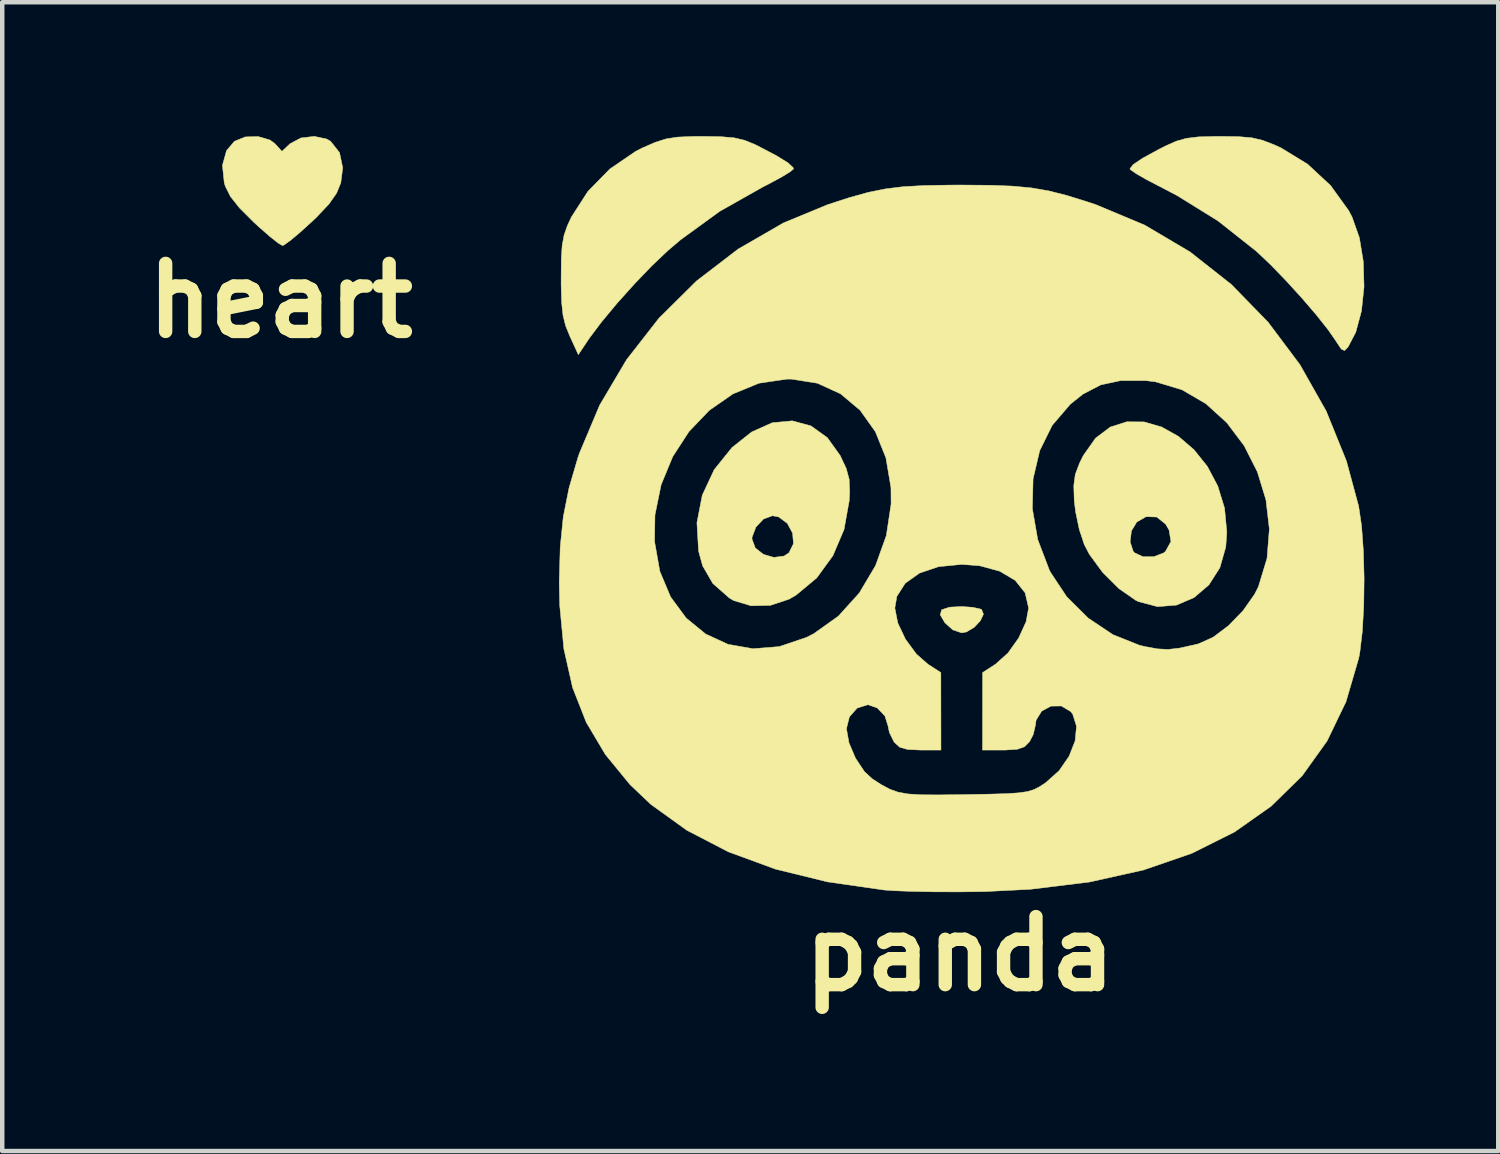
<source format=kicad_pcb>
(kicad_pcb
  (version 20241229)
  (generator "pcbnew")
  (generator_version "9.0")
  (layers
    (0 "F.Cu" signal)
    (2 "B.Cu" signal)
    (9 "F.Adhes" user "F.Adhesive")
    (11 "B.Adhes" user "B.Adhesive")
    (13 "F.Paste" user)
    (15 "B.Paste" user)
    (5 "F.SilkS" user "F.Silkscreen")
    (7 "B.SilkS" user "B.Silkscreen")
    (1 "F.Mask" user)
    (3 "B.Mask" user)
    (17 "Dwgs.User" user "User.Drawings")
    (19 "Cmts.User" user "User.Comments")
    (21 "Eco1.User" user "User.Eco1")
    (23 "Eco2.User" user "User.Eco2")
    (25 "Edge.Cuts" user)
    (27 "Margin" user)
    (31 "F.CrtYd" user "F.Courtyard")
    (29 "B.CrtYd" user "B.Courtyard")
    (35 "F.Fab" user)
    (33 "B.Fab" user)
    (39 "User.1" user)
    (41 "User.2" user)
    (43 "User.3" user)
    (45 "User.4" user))
  (footprint "panda"
    (layer "F.Cu")
    (at 18.453 8.419)
    (property "Reference" "panda" (at 0 9.9 0) (layer "F.SilkS") (effects (font (size 1.524 1.524) (thickness 0.3))))
    (attr through_hole)
    (fp_poly (pts (xy 0.287 2.136) (xy 0.465 2.176) (xy 0.489 2.188) (xy 0.529 2.291) (xy 0.46 2.438) (xy 0.322 2.585) (xy 0.152 2.687) (xy 0.042 2.709) (xy -0.158 2.641) (xy -0.335 2.483) (xy -0.439 2.305) (xy -0.408 2.192) (xy -0.231 2.133) (xy 0.042 2.119) (xy 0.287 2.136)) (stroke (width 0.01) (type solid)) (fill yes) (layer "F.SilkS"))
    (fp_poly (pts (xy 6.244 -8.408) (xy 6.538 -8.383) (xy 6.782 -8.326) (xy 7.037 -8.228) (xy 7.197 -8.155) (xy 7.788 -7.794) (xy 8.306 -7.313) (xy 8.709 -6.754) (xy 8.787 -6.607) (xy 8.951 -6.144) (xy 9.039 -5.608) (xy 9.055 -5.045) (xy 8.998 -4.502) (xy 8.87 -4.026) (xy 8.696 -3.693) (xy 8.618 -3.615) (xy 8.545 -3.649) (xy 8.435 -3.814) (xy 8.433 -3.819) (xy 8.255 -4.076) (xy 7.987 -4.414) (xy 7.66 -4.795) (xy 7.307 -5.182) (xy 6.96 -5.541) (xy 6.651 -5.833) (xy 6.637 -5.845) (xy 5.785 -6.519) (xy 4.869 -7.087) (xy 4.489 -7.286) (xy 4.188 -7.442) (xy 3.956 -7.575) (xy 3.826 -7.665) (xy 3.81 -7.686) (xy 3.881 -7.781) (xy 4.098 -7.927) (xy 4.467 -8.128) (xy 4.614 -8.202) (xy 4.848 -8.306) (xy 5.074 -8.37) (xy 5.347 -8.403) (xy 5.721 -8.413) (xy 5.842 -8.414) (xy 6.244 -8.408)) (stroke (width 0.01) (type solid)) (fill yes) (layer "F.SilkS"))
    (fp_poly (pts (xy -5.348 -8.407) (xy -5.054 -8.381) (xy -4.821 -8.326) (xy -4.594 -8.234) (xy -4.53 -8.202) (xy -4.113 -7.984) (xy -3.849 -7.821) (xy -3.732 -7.711) (xy -3.725 -7.686) (xy -3.796 -7.624) (xy -3.985 -7.508) (xy -4.258 -7.36) (xy -4.404 -7.286) (xy -5.379 -6.735) (xy -6.259 -6.095) (xy -6.541 -5.855) (xy -6.892 -5.523) (xy -7.284 -5.115) (xy -7.677 -4.677) (xy -8.029 -4.254) (xy -8.3 -3.893) (xy -8.324 -3.857) (xy -8.547 -3.524) (xy -8.739 -3.942) (xy -8.831 -4.169) (xy -8.889 -4.401) (xy -8.92 -4.686) (xy -8.932 -5.074) (xy -8.932 -5.249) (xy -8.928 -5.669) (xy -8.909 -5.97) (xy -8.866 -6.201) (xy -8.792 -6.413) (xy -8.702 -6.607) (xy -8.334 -7.179) (xy -7.841 -7.683) (xy -7.264 -8.078) (xy -7.112 -8.155) (xy -6.827 -8.28) (xy -6.584 -8.357) (xy -6.325 -8.398) (xy -5.987 -8.412) (xy -5.757 -8.414) (xy -5.348 -8.407)) (stroke (width 0.01) (type solid)) (fill yes) (layer "F.SilkS"))
    (fp_poly (pts (xy -3.335 -1.928) (xy -2.968 -1.664) (xy -2.681 -1.264) (xy -2.546 -0.977) (xy -2.48 -0.735) (xy -2.468 -0.456) (xy -2.478 -0.253) (xy -2.594 0.393) (xy -2.843 0.979) (xy -3.207 1.479) (xy -3.67 1.864) (xy -3.828 1.955) (xy -4.246 2.093) (xy -4.678 2.102) (xy -5.069 1.984) (xy -5.166 1.926) (xy -5.534 1.602) (xy -5.762 1.208) (xy -5.853 0.878) (xy -5.869 0.605) (xy -4.657 0.605) (xy -4.583 0.806) (xy -4.401 0.95) (xy -4.167 1.018) (xy -3.937 0.988) (xy -3.827 0.914) (xy -3.727 0.711) (xy -3.747 0.474) (xy -3.865 0.256) (xy -4.056 0.113) (xy -4.199 0.085) (xy -4.398 0.158) (xy -4.568 0.338) (xy -4.654 0.563) (xy -4.657 0.605) (xy -5.869 0.605) (xy -5.89 0.241) (xy -5.77 -0.376) (xy -5.503 -0.947) (xy -5.103 -1.444) (xy -4.663 -1.792) (xy -4.204 -1.998) (xy -3.754 -2.041) (xy -3.335 -1.928)) (stroke (width 0.01) (type solid)) (fill yes) (layer "F.SilkS"))
    (fp_poly (pts (xy 4.128 -2.017) (xy 4.52 -1.904) (xy 4.898 -1.693) (xy 5.245 -1.395) (xy 5.545 -1.021) (xy 5.778 -0.581) (xy 5.93 -0.087) (xy 5.981 0.45) (xy 5.958 0.784) (xy 5.825 1.251) (xy 5.579 1.635) (xy 5.246 1.919) (xy 4.854 2.087) (xy 4.43 2.122) (xy 4.003 2.009) (xy 3.937 1.977) (xy 3.562 1.716) (xy 3.198 1.353) (xy 2.902 0.949) (xy 2.787 0.728) (xy 2.768 0.67) (xy 3.815 0.67) (xy 3.884 0.882) (xy 3.912 0.914) (xy 4.101 1.002) (xy 4.348 1.002) (xy 4.567 0.917) (xy 4.608 0.883) (xy 4.73 0.662) (xy 4.687 0.406) (xy 4.61 0.273) (xy 4.412 0.114) (xy 4.173 0.106) (xy 3.965 0.225) (xy 3.844 0.424) (xy 3.815 0.67) (xy 2.768 0.67) (xy 2.677 0.396) (xy 2.594 0.001) (xy 2.563 -0.254) (xy 2.553 -0.59) (xy 2.586 -0.841) (xy 2.681 -1.093) (xy 2.766 -1.264) (xy 3.042 -1.655) (xy 3.372 -1.903) (xy 3.74 -2.02) (xy 4.128 -2.017)) (stroke (width 0.01) (type solid)) (fill yes) (layer "F.SilkS"))
    (fp_poly (pts (xy 0.672 -7.319) (xy 1.177 -7.3) (xy 1.602 -7.26) (xy 1.992 -7.193) (xy 2.392 -7.092) (xy 2.846 -6.951) (xy 3.048 -6.884) (xy 4.142 -6.426) (xy 5.157 -5.826) (xy 6.083 -5.096) (xy 6.907 -4.25) (xy 7.619 -3.3) (xy 8.208 -2.259) (xy 8.661 -1.141) (xy 8.935 -0.127) (xy 9 0.313) (xy 9.04 0.866) (xy 9.057 1.48) (xy 9.049 2.101) (xy 9.017 2.676) (xy 8.96 3.153) (xy 8.937 3.275) (xy 8.651 4.252) (xy 8.228 5.131) (xy 7.669 5.911) (xy 6.976 6.591) (xy 6.152 7.171) (xy 5.198 7.648) (xy 4.116 8.021) (xy 2.909 8.29) (xy 1.577 8.454) (xy 0.554 8.505) (xy -0.002 8.512) (xy -0.558 8.511) (xy -1.068 8.501) (xy -1.487 8.485) (xy -1.693 8.47) (xy -2.963 8.288) (xy -4.13 8.002) (xy -5.185 7.615) (xy -6.119 7.13) (xy -6.923 6.551) (xy -7.389 6.108) (xy -7.942 5.433) (xy -8.285 4.855) (xy -2.54 4.855) (xy -2.484 5.171) (xy -2.338 5.515) (xy -2.139 5.815) (xy -1.964 5.978) (xy -1.753 6.113) (xy -1.57 6.211) (xy -1.385 6.277) (xy -1.165 6.317) (xy -0.877 6.336) (xy -0.49 6.339) (xy 0.029 6.333) (xy 0.127 6.331) (xy 0.653 6.322) (xy 1.039 6.311) (xy 1.315 6.293) (xy 1.51 6.265) (xy 1.655 6.222) (xy 1.78 6.159) (xy 1.913 6.073) (xy 1.923 6.066) (xy 2.224 5.797) (xy 2.448 5.472) (xy 2.583 5.127) (xy 2.614 4.801) (xy 2.529 4.531) (xy 2.485 4.473) (xy 2.275 4.347) (xy 2.041 4.35) (xy 1.834 4.462) (xy 1.709 4.663) (xy 1.693 4.778) (xy 1.645 4.985) (xy 1.562 5.146) (xy 1.45 5.26) (xy 1.287 5.317) (xy 1.019 5.334) (xy 0.969 5.334) (xy 0.508 5.334) (xy 0.51 3.598) (xy 0.8 3.41) (xy 1.078 3.161) (xy 1.318 2.824) (xy 1.484 2.46) (xy 1.541 2.152) (xy 1.463 1.813) (xy 1.241 1.534) (xy 0.894 1.328) (xy 0.442 1.205) (xy 0.042 1.175) (xy -0.477 1.226) (xy -0.905 1.371) (xy -1.223 1.597) (xy -1.411 1.891) (xy -1.456 2.152) (xy -1.391 2.486) (xy -1.218 2.851) (xy -0.974 3.183) (xy -0.716 3.41) (xy -0.425 3.598) (xy -0.423 5.334) (xy -0.884 5.334) (xy -1.172 5.321) (xy -1.347 5.271) (xy -1.462 5.166) (xy -1.477 5.146) (xy -1.578 4.942) (xy -1.609 4.793) (xy -1.679 4.571) (xy -1.848 4.392) (xy -2.059 4.318) (xy -2.06 4.318) (xy -2.3 4.394) (xy -2.474 4.59) (xy -2.54 4.855) (xy -8.285 4.855) (xy -8.368 4.717) (xy -8.675 3.936) (xy -8.871 3.068) (xy -8.964 2.091) (xy -8.975 1.582) (xy -8.953 0.795) (xy -8.94 0.662) (xy -6.839 0.662) (xy -6.721 1.33) (xy -6.479 1.905) (xy -6.131 2.377) (xy -5.695 2.734) (xy -5.191 2.966) (xy -4.634 3.064) (xy -4.044 3.016) (xy -3.438 2.811) (xy -3.277 2.73) (xy -2.721 2.334) (xy -2.253 1.816) (xy -1.889 1.204) (xy -1.647 0.53) (xy -1.556 -0.071) (xy 1.625 -0.071) (xy 1.745 0.618) (xy 2.004 1.298) (xy 2.031 1.352) (xy 2.396 1.902) (xy 2.875 2.378) (xy 3.43 2.749) (xy 4.024 2.986) (xy 4.146 3.016) (xy 4.429 3.067) (xy 4.664 3.08) (xy 4.917 3.051) (xy 5.252 2.977) (xy 5.347 2.954) (xy 5.674 2.807) (xy 6.021 2.546) (xy 6.346 2.21) (xy 6.604 1.843) (xy 6.689 1.675) (xy 6.882 1.039) (xy 6.934 0.384) (xy 6.858 -0.27) (xy 6.665 -0.9) (xy 6.369 -1.484) (xy 5.981 -1.999) (xy 5.513 -2.424) (xy 4.977 -2.737) (xy 4.385 -2.915) (xy 4.157 -2.943) (xy 3.608 -2.943) (xy 3.158 -2.847) (xy 2.757 -2.639) (xy 2.475 -2.414) (xy 2.069 -1.94) (xy 1.79 -1.374) (xy 1.641 -0.743) (xy 1.625 -0.071) (xy -1.556 -0.071) (xy -1.54 -0.177) (xy -1.543 -0.544) (xy -1.656 -1.212) (xy -1.891 -1.796) (xy -2.234 -2.278) (xy -2.672 -2.646) (xy -3.189 -2.883) (xy -3.772 -2.976) (xy -3.874 -2.976) (xy -4.499 -2.884) (xy -5.084 -2.644) (xy -5.612 -2.277) (xy -6.067 -1.802) (xy -6.432 -1.239) (xy -6.692 -0.609) (xy -6.83 0.068) (xy -6.839 0.662) (xy -8.94 0.662) (xy -8.884 0.109) (xy -8.755 -0.538) (xy -8.558 -1.212) (xy -8.524 -1.312) (xy -8.068 -2.394) (xy -7.468 -3.408) (xy -6.741 -4.34) (xy -5.902 -5.172) (xy -4.967 -5.889) (xy -3.952 -6.475) (xy -2.963 -6.884) (xy -2.476 -7.042) (xy -2.06 -7.158) (xy -1.672 -7.237) (xy -1.266 -7.287) (xy -0.797 -7.313) (xy -0.222 -7.323) (xy 0.042 -7.324) (xy 0.672 -7.319)) (stroke (width 0.01) (type solid)) (fill yes) (layer "F.SilkS")))
  (footprint "heart"
    (layer "F.Cu")
    (at 3.237 1.185)
    (property "Reference" "heart" (at 0 2.5 0) (layer "F.SilkS") (effects (font (size 1.524 1.524) (thickness 0.3))))
    (attr through_hole)
    (fp_poly (pts (xy 1.034 -1.12) (xy 1.119 -1.07) (xy 1.319 -0.817) (xy 1.391 -0.475) (xy 1.348 -0.14) (xy 1.254 0.092) (xy 1.082 0.337) (xy 0.806 0.629) (xy 0.69 0.739) (xy 0.433 0.972) (xy 0.217 1.153) (xy 0.075 1.254) (xy 0.042 1.267) (xy -0.053 1.212) (xy -0.238 1.066) (xy -0.48 0.855) (xy -0.606 0.739) (xy -0.921 0.424) (xy -1.124 0.168) (xy -1.24 -0.064) (xy -1.263 -0.14) (xy -1.304 -0.533) (xy -1.211 -0.863) (xy -1.034 -1.07) (xy -0.793 -1.168) (xy -0.502 -1.176) (xy -0.238 -1.098) (xy -0.126 -1.015) (xy 0.029 -0.844) (xy 0.21 -1.015) (xy 0.452 -1.144) (xy 0.754 -1.18) (xy 1.034 -1.12)) (stroke (width 0.01) (type solid)) (fill yes) (layer "F.SilkS")))
  (gr_rect
    (start -3 -3)
    (end 30.515 22.737)
    (stroke (width 0.1) (type default))
    (fill no)
    (layer "Edge.Cuts")))
</source>
